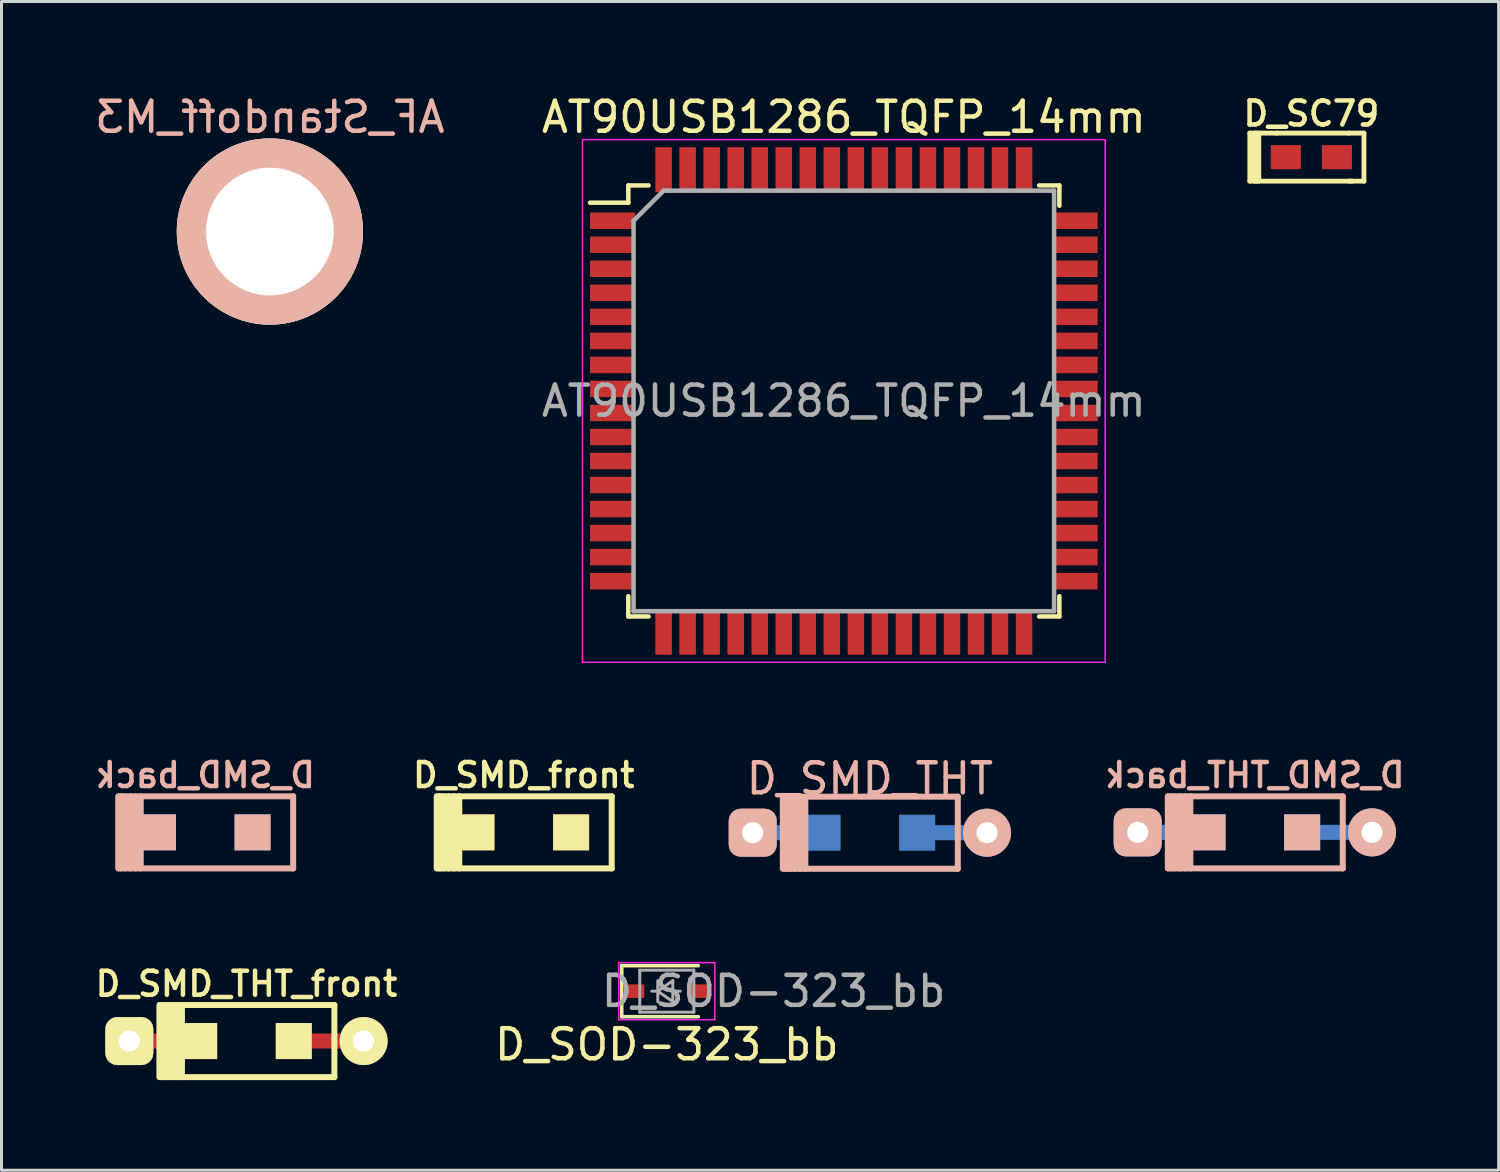
<source format=kicad_pcb>
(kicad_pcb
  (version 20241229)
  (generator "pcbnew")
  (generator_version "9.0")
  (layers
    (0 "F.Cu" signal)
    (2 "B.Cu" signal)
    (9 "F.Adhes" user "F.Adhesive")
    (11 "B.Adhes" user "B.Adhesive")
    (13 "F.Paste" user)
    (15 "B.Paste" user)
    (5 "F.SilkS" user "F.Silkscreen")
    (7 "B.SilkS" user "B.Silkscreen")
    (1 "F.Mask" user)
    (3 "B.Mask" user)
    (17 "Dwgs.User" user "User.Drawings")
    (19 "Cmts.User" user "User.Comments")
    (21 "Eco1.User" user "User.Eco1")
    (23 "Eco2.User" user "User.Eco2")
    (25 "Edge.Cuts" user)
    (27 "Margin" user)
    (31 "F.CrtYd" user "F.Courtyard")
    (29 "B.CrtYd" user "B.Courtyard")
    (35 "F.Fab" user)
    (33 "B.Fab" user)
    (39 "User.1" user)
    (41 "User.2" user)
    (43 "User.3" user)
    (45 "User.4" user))
  (footprint "D_SMD_THT_front"
    (layer "F.Cu")
    (at 5.155 31.608)
    (property "Reference" "D_SMD_THT_front" (at 0 -1.905 0) (layer "F.SilkS") (effects (font (size 0.8 0.8) (thickness 0.15))))
    (property "Value" "${VALUE}" (at 0 1.905 0) (layer "F.Fab") (hide yes) (effects (font (size 0.8 0.8) (thickness 0.15))))
    (attr smd)
    (fp_line (start -2.898 1.2) (end -2.898 -1.2) (stroke (width 0.2) (type solid)) (layer "F.SilkS"))
    (fp_line (start -2.873 -1.2) (end 2.927 -1.2) (stroke (width 0.2) (type solid)) (layer "F.SilkS"))
    (fp_line (start -2.798 -1.2) (end -2.798 1.2) (stroke (width 0.2) (type solid)) (layer "F.SilkS"))
    (fp_line (start -2.673 -1.2) (end -2.673 1.2) (stroke (width 0.2) (type solid)) (layer "F.SilkS"))
    (fp_line (start -2.498 -1.2) (end -2.498 1.2) (stroke (width 0.2) (type solid)) (layer "F.SilkS"))
    (fp_line (start -2.323 -1.2) (end -2.323 1.2) (stroke (width 0.2) (type solid)) (layer "F.SilkS"))
    (fp_line (start -2.148 -1.2) (end -2.148 1.2) (stroke (width 0.2) (type solid)) (layer "F.SilkS"))
    (fp_line (start 2.927 -1.2) (end 2.927 1.2) (stroke (width 0.2) (type solid)) (layer "F.SilkS"))
    (fp_line (start 2.927 1.2) (end -2.873 1.2) (stroke (width 0.2) (type solid)) (layer "F.SilkS"))
    (pad "1" thru_hole roundrect (at -3.9 0) (size 1.6 1.6) (drill 0.7) (layers "*.Cu" "*.Mask" "F.SilkS") (roundrect_rratio 0.25))
    (pad "1" smd rect (at -2.7 0) (size 2.5 0.5) (layers "F.Cu"))
    (pad "1" smd rect (at -1.575 0) (size 1.2 1.2) (layers "F.Cu" "F.Mask" "F.SilkS" "F.Paste"))
    (pad "2" smd rect (at 1.575 0) (size 1.2 1.2) (layers "F.Cu" "F.Mask" "F.SilkS" "F.Paste"))
    (pad "2" smd rect (at 2.7 0) (size 2.5 0.5) (layers "F.Cu"))
    (pad "2" thru_hole circle (at 3.9 0) (size 1.6 1.6) (drill 0.7) (layers "*.Cu" "*.Mask" "F.SilkS")))
  (footprint "AF_Standoff_M3"
    (layer "F.Cu")
    (at 5.935 4.658)
    (property "Reference" "AF_Standoff_M3" (at 0 -3.81 0) (unlocked yes) (layer "B.SilkS") (effects (font (size 1 1) (thickness 0.15)) (justify mirror)))
    (property "Value" "${VALUE}" (at 0 3.81 0) (unlocked yes) (layer "F.Fab") (hide yes) (effects (font (size 1 1) (thickness 0.15))))
    (attr through_hole)
    (pad "" np_thru_hole circle (at 0 0) (size 6.2 6.2) (drill 4.25) (layers "*.SilkS" "B.Cu" "B.Mask")))
  (footprint "D_SMD_THT_back"
    (layer "F.Cu")
    (at 38.725 24.66)
    (property "Reference" "D_SMD_THT_back" (at 0 -1.905 0) (layer "B.SilkS") (effects (font (size 0.8 0.8) (thickness 0.15)) (justify mirror)))
    (property "Value" "${VALUE}" (at 0 1.905 0) (layer "B.Fab") (hide yes) (effects (font (size 0.8 0.8) (thickness 0.15)) (justify mirror)))
    (attr smd)
    (fp_line (start -2.898 -1.2) (end -2.898 1.2) (stroke (width 0.2) (type solid)) (layer "B.SilkS"))
    (fp_line (start -2.873 1.2) (end 2.927 1.2) (stroke (width 0.2) (type solid)) (layer "B.SilkS"))
    (fp_line (start -2.798 1.2) (end -2.798 -1.2) (stroke (width 0.2) (type solid)) (layer "B.SilkS"))
    (fp_line (start -2.673 1.2) (end -2.673 -1.2) (stroke (width 0.2) (type solid)) (layer "B.SilkS"))
    (fp_line (start -2.498 1.2) (end -2.498 -1.2) (stroke (width 0.2) (type solid)) (layer "B.SilkS"))
    (fp_line (start -2.323 1.2) (end -2.323 -1.2) (stroke (width 0.2) (type solid)) (layer "B.SilkS"))
    (fp_line (start -2.148 1.2) (end -2.148 -1.2) (stroke (width 0.2) (type solid)) (layer "B.SilkS"))
    (fp_line (start 2.927 -1.2) (end -2.873 -1.2) (stroke (width 0.2) (type solid)) (layer "B.SilkS"))
    (fp_line (start 2.927 1.2) (end 2.927 -1.2) (stroke (width 0.2) (type solid)) (layer "B.SilkS"))
    (pad "1" smd rect (at 1.575 0) (size 1.2 1.2) (layers "B.Cu" "B.Mask" "B.SilkS" "B.Paste"))
    (pad "1" smd rect (at 2.7 0) (size 2.5 0.5) (layers "B.Cu"))
    (pad "1" thru_hole circle (at 3.9 0) (size 1.6 1.6) (drill 0.7) (layers "*.Cu" "*.Mask" "B.SilkS"))
    (pad "2" thru_hole roundrect (at -3.9 0) (size 1.6 1.6) (drill 0.7) (layers "*.Cu" "*.Mask" "B.SilkS") (roundrect_rratio 0.25))
    (pad "2" smd rect (at -2.7 0) (size 2.5 0.5) (layers "B.Cu"))
    (pad "2" smd rect (at -1.575 0) (size 1.2 1.2) (layers "B.Cu" "B.Mask" "B.SilkS" "B.Paste")))
  (footprint "D_SMD_back"
    (layer "F.Cu")
    (at 3.783 24.66)
    (property "Reference" "D_SMD_back" (at 0 -1.905 0) (layer "B.SilkS") (effects (font (size 0.8 0.8) (thickness 0.15)) (justify mirror)))
    (property "Value" "${VALUE}" (at 0 1.905 0) (layer "B.Fab") (hide yes) (effects (font (size 0.8 0.8) (thickness 0.15)) (justify mirror)))
    (attr smd)
    (fp_line (start -2.898 -1.2) (end -2.898 1.2) (stroke (width 0.2) (type solid)) (layer "B.SilkS"))
    (fp_line (start -2.873 1.2) (end 2.927 1.2) (stroke (width 0.2) (type solid)) (layer "B.SilkS"))
    (fp_line (start -2.798 1.2) (end -2.798 -1.2) (stroke (width 0.2) (type solid)) (layer "B.SilkS"))
    (fp_line (start -2.673 1.2) (end -2.673 -1.2) (stroke (width 0.2) (type solid)) (layer "B.SilkS"))
    (fp_line (start -2.498 1.2) (end -2.498 -1.2) (stroke (width 0.2) (type solid)) (layer "B.SilkS"))
    (fp_line (start -2.323 1.2) (end -2.323 -1.2) (stroke (width 0.2) (type solid)) (layer "B.SilkS"))
    (fp_line (start -2.148 1.2) (end -2.148 -1.2) (stroke (width 0.2) (type solid)) (layer "B.SilkS"))
    (fp_line (start 2.927 -1.2) (end -2.873 -1.2) (stroke (width 0.2) (type solid)) (layer "B.SilkS"))
    (fp_line (start 2.927 1.2) (end 2.927 -1.2) (stroke (width 0.2) (type solid)) (layer "B.SilkS"))
    (pad "1" smd rect (at -1.575 0) (size 1.2 1.2) (layers "B.Cu" "B.Mask" "B.SilkS" "B.Paste"))
    (pad "2" smd rect (at 1.575 0) (size 1.2 1.2) (layers "B.Cu" "B.Mask" "B.SilkS" "B.Paste")))
  (footprint "D_SMD_front"
    (layer "F.Cu")
    (at 14.387 24.66)
    (property "Reference" "D_SMD_front" (at 0 -1.905 0) (layer "F.SilkS") (effects (font (size 0.8 0.8) (thickness 0.15))))
    (attr smd)
    (fp_line (start -2.898 1.2) (end -2.898 -1.2) (stroke (width 0.2) (type solid)) (layer "F.SilkS"))
    (fp_line (start -2.873 -1.2) (end 2.927 -1.2) (stroke (width 0.2) (type solid)) (layer "F.SilkS"))
    (fp_line (start -2.798 -1.2) (end -2.798 1.2) (stroke (width 0.2) (type solid)) (layer "F.SilkS"))
    (fp_line (start -2.673 -1.2) (end -2.673 1.2) (stroke (width 0.2) (type solid)) (layer "F.SilkS"))
    (fp_line (start -2.498 -1.2) (end -2.498 1.2) (stroke (width 0.2) (type solid)) (layer "F.SilkS"))
    (fp_line (start -2.323 -1.2) (end -2.323 1.2) (stroke (width 0.2) (type solid)) (layer "F.SilkS"))
    (fp_line (start -2.148 -1.2) (end -2.148 1.2) (stroke (width 0.2) (type solid)) (layer "F.SilkS"))
    (fp_line (start 2.927 -1.2) (end 2.927 1.2) (stroke (width 0.2) (type solid)) (layer "F.SilkS"))
    (fp_line (start 2.927 1.2) (end -2.873 1.2) (stroke (width 0.2) (type solid)) (layer "F.SilkS"))
    (pad "1" smd rect (at -1.575 0) (size 1.2 1.2) (layers "F.Cu" "F.Mask" "F.SilkS" "F.Paste"))
    (pad "2" smd rect (at 1.575 0) (size 1.2 1.2) (layers "F.Cu" "F.Mask" "F.SilkS" "F.Paste")))
  (footprint "D_SMD_THT"
    (layer "F.Cu")
    (at 25.909 24.672)
    (property "Reference" "D_SMD_THT" (at 0 -1.8 0) (layer "B.SilkS") (effects (font (size 1 1) (thickness 0.15))))
    (attr smd)
    (fp_line (start -2.898 -1.2) (end -2.898 1.2) (stroke (width 0.2) (type solid)) (layer "B.SilkS"))
    (fp_line (start -2.873 1.2) (end 2.927 1.2) (stroke (width 0.2) (type solid)) (layer "B.SilkS"))
    (fp_line (start -2.798 1.2) (end -2.798 -1.2) (stroke (width 0.2) (type solid)) (layer "B.SilkS"))
    (fp_line (start -2.673 1.2) (end -2.673 -1.2) (stroke (width 0.2) (type solid)) (layer "B.SilkS"))
    (fp_line (start -2.498 1.2) (end -2.498 -1.2) (stroke (width 0.2) (type solid)) (layer "B.SilkS"))
    (fp_line (start -2.323 1.2) (end -2.323 -1.2) (stroke (width 0.2) (type solid)) (layer "B.SilkS"))
    (fp_line (start -2.148 1.2) (end -2.148 -1.2) (stroke (width 0.2) (type solid)) (layer "B.SilkS"))
    (fp_line (start 2.927 -1.2) (end -2.873 -1.2) (stroke (width 0.2) (type solid)) (layer "B.SilkS"))
    (fp_line (start 2.927 1.2) (end 2.927 -1.2) (stroke (width 0.2) (type solid)) (layer "B.SilkS"))
    (pad "1" thru_hole roundrect (at -3.9 0) (size 1.6 1.6) (drill 0.7) (layers "*.Cu" "*.Mask" "B.SilkS") (roundrect_rratio 0.25))
    (pad "1" smd rect (at -2.7 0) (size 2.5 0.5) (layers "B.Cu"))
    (pad "1" smd rect (at -1.575 0) (size 1.2 1.2) (layers "B.Cu" "B.Mask" "B.Paste"))
    (pad "2" smd rect (at 1.575 0) (size 1.2 1.2) (layers "B.Cu" "B.Mask" "B.Paste"))
    (pad "2" smd rect (at 2.7 0) (size 2.5 0.5) (layers "B.Cu"))
    (pad "2" thru_hole circle (at 3.9 0) (size 1.6 1.6) (drill 0.7) (layers "*.Cu" "*.Mask" "B.SilkS")))
  (footprint "D_SOD-323_bb"
    (layer "F.Cu")
    (at 19.148 29.947)
    (property "Reference" "D_SOD-323_bb" (at 0 1.778 0) (layer "F.SilkS") (effects (font (size 1 1) (thickness 0.15))))
    (attr smd)
    (fp_line (start -1.5 -0.85) (end -1.5 0.85) (stroke (width 0.12) (type solid)) (layer "F.SilkS"))
    (fp_line (start -1.5 -0.85) (end 1.05 -0.85) (stroke (width 0.12) (type solid)) (layer "F.SilkS"))
    (fp_line (start -1.5 0.85) (end 1.05 0.85) (stroke (width 0.12) (type solid)) (layer "F.SilkS"))
    (fp_line (start -1.6 -0.95) (end -1.6 0.95) (stroke (width 0.05) (type solid)) (layer "F.CrtYd"))
    (fp_line (start -1.6 -0.95) (end 1.6 -0.95) (stroke (width 0.05) (type solid)) (layer "F.CrtYd"))
    (fp_line (start -1.6 0.95) (end 1.6 0.95) (stroke (width 0.05) (type solid)) (layer "F.CrtYd"))
    (fp_line (start 1.6 -0.95) (end 1.6 0.95) (stroke (width 0.05) (type solid)) (layer "F.CrtYd"))
    (fp_line (start -0.9 -0.7) (end 0.9 -0.7) (stroke (width 0.1) (type solid)) (layer "F.Fab"))
    (fp_line (start -0.9 0.7) (end -0.9 -0.7) (stroke (width 0.1) (type solid)) (layer "F.Fab"))
    (fp_line (start -0.3 -0.35) (end -0.3 0.35) (stroke (width 0.1) (type solid)) (layer "F.Fab"))
    (fp_line (start -0.3 0) (end -0.5 0) (stroke (width 0.1) (type solid)) (layer "F.Fab"))
    (fp_line (start -0.3 0) (end 0.2 -0.35) (stroke (width 0.1) (type solid)) (layer "F.Fab"))
    (fp_line (start 0.2 -0.35) (end 0.2 0.35) (stroke (width 0.1) (type solid)) (layer "F.Fab"))
    (fp_line (start 0.2 0) (end 0.45 0) (stroke (width 0.1) (type solid)) (layer "F.Fab"))
    (fp_line (start 0.2 0.35) (end -0.3 0) (stroke (width 0.1) (type solid)) (layer "F.Fab"))
    (fp_line (start 0.9 -0.7) (end 0.9 0.7) (stroke (width 0.1) (type solid)) (layer "F.Fab"))
    (fp_line (start 0.9 0.7) (end -0.9 0.7) (stroke (width 0.1) (type solid)) (layer "F.Fab"))
    (fp_text user "${REFERENCE}" (at 3.556 0 0) (layer "F.Fab") (effects (font (size 1 1) (thickness 0.15))))
    (pad "1" smd rect (at -1.05 0) (size 0.6 0.45) (layers "F.Cu" "F.Mask" "F.Paste"))
    (pad "2" smd rect (at 1.05 0) (size 0.6 0.45) (layers "F.Cu" "F.Mask" "F.Paste")))
  (footprint "AT90USB1286_TQFP_14mm"
    (layer "F.Cu")
    (at 25.042 10.298)
    (property "Reference" "AT90USB1286_TQFP_14mm" (at 0 -9.45 0) (layer "F.SilkS") (effects (font (size 1 1) (thickness 0.15))))
    (attr smd)
    (fp_line (start -7.175 -7.175) (end -7.175 -6.6) (stroke (width 0.15) (type solid)) (layer "F.SilkS"))
    (fp_line (start -7.175 -7.175) (end -6.5 -7.175) (stroke (width 0.15) (type solid)) (layer "F.SilkS"))
    (fp_line (start -7.175 -6.6) (end -8.45 -6.6) (stroke (width 0.15) (type solid)) (layer "F.SilkS"))
    (fp_line (start -7.175 7.175) (end -7.175 6.5) (stroke (width 0.15) (type solid)) (layer "F.SilkS"))
    (fp_line (start -7.175 7.175) (end -6.5 7.175) (stroke (width 0.15) (type solid)) (layer "F.SilkS"))
    (fp_line (start 7.175 -7.175) (end 6.5 -7.175) (stroke (width 0.15) (type solid)) (layer "F.SilkS"))
    (fp_line (start 7.175 -7.175) (end 7.175 -6.5) (stroke (width 0.15) (type solid)) (layer "F.SilkS"))
    (fp_line (start 7.175 7.175) (end 6.5 7.175) (stroke (width 0.15) (type solid)) (layer "F.SilkS"))
    (fp_line (start 7.175 7.175) (end 7.175 6.5) (stroke (width 0.15) (type solid)) (layer "F.SilkS"))
    (fp_line (start -8.7 -8.7) (end -8.7 8.7) (stroke (width 0.05) (type solid)) (layer "F.CrtYd"))
    (fp_line (start -8.7 -8.7) (end 8.7 -8.7) (stroke (width 0.05) (type solid)) (layer "F.CrtYd"))
    (fp_line (start -8.7 8.7) (end 8.7 8.7) (stroke (width 0.05) (type solid)) (layer "F.CrtYd"))
    (fp_line (start 8.7 -8.7) (end 8.7 8.7) (stroke (width 0.05) (type solid)) (layer "F.CrtYd"))
    (fp_line (start -7 -6) (end -6 -7) (stroke (width 0.15) (type solid)) (layer "F.Fab"))
    (fp_line (start -7 7) (end -7 -6) (stroke (width 0.15) (type solid)) (layer "F.Fab"))
    (fp_line (start -6 -7) (end 7 -7) (stroke (width 0.15) (type solid)) (layer "F.Fab"))
    (fp_line (start 7 -7) (end 7 7) (stroke (width 0.15) (type solid)) (layer "F.Fab"))
    (fp_line (start 7 7) (end -7 7) (stroke (width 0.15) (type solid)) (layer "F.Fab"))
    (fp_text user "${REFERENCE}" (at 0 0 0) (layer "F.Fab") (effects (font (size 1 1) (thickness 0.15))))
    (pad "1" smd rect (at -7.7 -6) (size 1.5 0.55) (layers "F.Cu" "F.Mask" "F.Paste"))
    (pad "2" smd rect (at -7.7 -5.2) (size 1.5 0.55) (layers "F.Cu" "F.Mask" "F.Paste"))
    (pad "3" smd rect (at -7.7 -4.4) (size 1.5 0.55) (layers "F.Cu" "F.Mask" "F.Paste"))
    (pad "4" smd rect (at -7.7 -3.6) (size 1.5 0.55) (layers "F.Cu" "F.Mask" "F.Paste"))
    (pad "5" smd rect (at -7.7 -2.8) (size 1.5 0.55) (layers "F.Cu" "F.Mask" "F.Paste"))
    (pad "6" smd rect (at -7.7 -2) (size 1.5 0.55) (layers "F.Cu" "F.Mask" "F.Paste"))
    (pad "7" smd rect (at -7.7 -1.2) (size 1.5 0.55) (layers "F.Cu" "F.Mask" "F.Paste"))
    (pad "8" smd rect (at -7.7 -0.4) (size 1.5 0.55) (layers "F.Cu" "F.Mask" "F.Paste"))
    (pad "9" smd rect (at -7.7 0.4) (size 1.5 0.55) (layers "F.Cu" "F.Mask" "F.Paste"))
    (pad "10" smd rect (at -7.7 1.2) (size 1.5 0.55) (layers "F.Cu" "F.Mask" "F.Paste"))
    (pad "11" smd rect (at -7.7 2) (size 1.5 0.55) (layers "F.Cu" "F.Mask" "F.Paste"))
    (pad "12" smd rect (at -7.7 2.8) (size 1.5 0.55) (layers "F.Cu" "F.Mask" "F.Paste"))
    (pad "13" smd rect (at -7.7 3.6) (size 1.5 0.55) (layers "F.Cu" "F.Mask" "F.Paste"))
    (pad "14" smd rect (at -7.7 4.4) (size 1.5 0.55) (layers "F.Cu" "F.Mask" "F.Paste"))
    (pad "15" smd rect (at -7.7 5.2) (size 1.5 0.55) (layers "F.Cu" "F.Mask" "F.Paste"))
    (pad "16" smd rect (at -7.7 6) (size 1.5 0.55) (layers "F.Cu" "F.Mask" "F.Paste"))
    (pad "17" smd rect (at -6 7.7 90) (size 1.5 0.55) (layers "F.Cu" "F.Mask" "F.Paste"))
    (pad "18" smd rect (at -5.2 7.7 90) (size 1.5 0.55) (layers "F.Cu" "F.Mask" "F.Paste"))
    (pad "19" smd rect (at -4.4 7.7 90) (size 1.5 0.55) (layers "F.Cu" "F.Mask" "F.Paste"))
    (pad "20" smd rect (at -3.6 7.7 90) (size 1.5 0.55) (layers "F.Cu" "F.Mask" "F.Paste"))
    (pad "21" smd rect (at -2.8 7.7 90) (size 1.5 0.55) (layers "F.Cu" "F.Mask" "F.Paste"))
    (pad "22" smd rect (at -2 7.7 90) (size 1.5 0.55) (layers "F.Cu" "F.Mask" "F.Paste"))
    (pad "23" smd rect (at -1.2 7.7 90) (size 1.5 0.55) (layers "F.Cu" "F.Mask" "F.Paste"))
    (pad "24" smd rect (at -0.4 7.7 90) (size 1.5 0.55) (layers "F.Cu" "F.Mask" "F.Paste"))
    (pad "25" smd rect (at 0.4 7.7 90) (size 1.5 0.55) (layers "F.Cu" "F.Mask" "F.Paste"))
    (pad "26" smd rect (at 1.2 7.7 90) (size 1.5 0.55) (layers "F.Cu" "F.Mask" "F.Paste"))
    (pad "27" smd rect (at 2 7.7 90) (size 1.5 0.55) (layers "F.Cu" "F.Mask" "F.Paste"))
    (pad "28" smd rect (at 2.8 7.7 90) (size 1.5 0.55) (layers "F.Cu" "F.Mask" "F.Paste"))
    (pad "29" smd rect (at 3.6 7.7 90) (size 1.5 0.55) (layers "F.Cu" "F.Mask" "F.Paste"))
    (pad "30" smd rect (at 4.4 7.7 90) (size 1.5 0.55) (layers "F.Cu" "F.Mask" "F.Paste"))
    (pad "31" smd rect (at 5.2 7.7 90) (size 1.5 0.55) (layers "F.Cu" "F.Mask" "F.Paste"))
    (pad "32" smd rect (at 6 7.7 90) (size 1.5 0.55) (layers "F.Cu" "F.Mask" "F.Paste"))
    (pad "33" smd rect (at 7.7 6) (size 1.5 0.55) (layers "F.Cu" "F.Mask" "F.Paste"))
    (pad "34" smd rect (at 7.7 5.2) (size 1.5 0.55) (layers "F.Cu" "F.Mask" "F.Paste"))
    (pad "35" smd rect (at 7.7 4.4) (size 1.5 0.55) (layers "F.Cu" "F.Mask" "F.Paste"))
    (pad "36" smd rect (at 7.7 3.6) (size 1.5 0.55) (layers "F.Cu" "F.Mask" "F.Paste"))
    (pad "37" smd rect (at 7.7 2.8) (size 1.5 0.55) (layers "F.Cu" "F.Mask" "F.Paste"))
    (pad "38" smd rect (at 7.7 2) (size 1.5 0.55) (layers "F.Cu" "F.Mask" "F.Paste"))
    (pad "39" smd rect (at 7.7 1.2) (size 1.5 0.55) (layers "F.Cu" "F.Mask" "F.Paste"))
    (pad "40" smd rect (at 7.7 0.4) (size 1.5 0.55) (layers "F.Cu" "F.Mask" "F.Paste"))
    (pad "41" smd rect (at 7.7 -0.4) (size 1.5 0.55) (layers "F.Cu" "F.Mask" "F.Paste"))
    (pad "42" smd rect (at 7.7 -1.2) (size 1.5 0.55) (layers "F.Cu" "F.Mask" "F.Paste"))
    (pad "43" smd rect (at 7.7 -2) (size 1.5 0.55) (layers "F.Cu" "F.Mask" "F.Paste"))
    (pad "44" smd rect (at 7.7 -2.8) (size 1.5 0.55) (layers "F.Cu" "F.Mask" "F.Paste"))
    (pad "45" smd rect (at 7.7 -3.6) (size 1.5 0.55) (layers "F.Cu" "F.Mask" "F.Paste"))
    (pad "46" smd rect (at 7.7 -4.4) (size 1.5 0.55) (layers "F.Cu" "F.Mask" "F.Paste"))
    (pad "47" smd rect (at 7.7 -5.2) (size 1.5 0.55) (layers "F.Cu" "F.Mask" "F.Paste"))
    (pad "48" smd rect (at 7.7 -6) (size 1.5 0.55) (layers "F.Cu" "F.Mask" "F.Paste"))
    (pad "49" smd rect (at 6 -7.7 90) (size 1.5 0.55) (layers "F.Cu" "F.Mask" "F.Paste"))
    (pad "50" smd rect (at 5.2 -7.7 90) (size 1.5 0.55) (layers "F.Cu" "F.Mask" "F.Paste"))
    (pad "51" smd rect (at 4.4 -7.7 90) (size 1.5 0.55) (layers "F.Cu" "F.Mask" "F.Paste"))
    (pad "52" smd rect (at 3.6 -7.7 90) (size 1.5 0.55) (layers "F.Cu" "F.Mask" "F.Paste"))
    (pad "53" smd rect (at 2.8 -7.7 90) (size 1.5 0.55) (layers "F.Cu" "F.Mask" "F.Paste"))
    (pad "54" smd rect (at 2 -7.7 90) (size 1.5 0.55) (layers "F.Cu" "F.Mask" "F.Paste"))
    (pad "55" smd rect (at 1.2 -7.7 90) (size 1.5 0.55) (layers "F.Cu" "F.Mask" "F.Paste"))
    (pad "56" smd rect (at 0.4 -7.7 90) (size 1.5 0.55) (layers "F.Cu" "F.Mask" "F.Paste"))
    (pad "57" smd rect (at -0.4 -7.7 90) (size 1.5 0.55) (layers "F.Cu" "F.Mask" "F.Paste"))
    (pad "58" smd rect (at -1.2 -7.7 90) (size 1.5 0.55) (layers "F.Cu" "F.Mask" "F.Paste"))
    (pad "59" smd rect (at -2 -7.7 90) (size 1.5 0.55) (layers "F.Cu" "F.Mask" "F.Paste"))
    (pad "60" smd rect (at -2.8 -7.7 90) (size 1.5 0.55) (layers "F.Cu" "F.Mask" "F.Paste"))
    (pad "61" smd rect (at -3.6 -7.7 90) (size 1.5 0.55) (layers "F.Cu" "F.Mask" "F.Paste"))
    (pad "62" smd rect (at -4.4 -7.7 90) (size 1.5 0.55) (layers "F.Cu" "F.Mask" "F.Paste"))
    (pad "63" smd rect (at -5.2 -7.7 90) (size 1.5 0.55) (layers "F.Cu" "F.Mask" "F.Paste"))
    (pad "64" smd rect (at -6 -7.7 90) (size 1.5 0.55) (layers "F.Cu" "F.Mask" "F.Paste")))
  (footprint "D_SC79"
    (layer "F.Cu")
    (at 40.607 2.181)
    (property "Reference" "D_SC79" (at 0 -1.45 0) (layer "F.SilkS") (effects (font (size 0.8 0.8) (thickness 0.15))))
    (property "Value" "${VALUE}" (at 0 1.45 0) (layer "F.Fab") (hide yes) (effects (font (size 0.8 0.8) (thickness 0.15))))
    (attr through_hole)
    (fp_line (start -2.05 -0.8) (end -2.05 0.8) (stroke (width 0.16) (type solid)) (layer "F.SilkS"))
    (fp_line (start -2.05 0.8) (end 1.35 0.8) (stroke (width 0.16) (type solid)) (layer "F.SilkS"))
    (fp_line (start -1.9 -0.8) (end -1.9 0.8) (stroke (width 0.16) (type solid)) (layer "F.SilkS"))
    (fp_line (start -1.85 -0.8) (end -1.85 0.8) (stroke (width 0.16) (type solid)) (layer "F.SilkS"))
    (fp_line (start -1.8 -0.8) (end -1.8 0.8) (stroke (width 0.16) (type solid)) (layer "F.SilkS"))
    (fp_line (start -1.75 -0.8) (end -1.75 0.8) (stroke (width 0.16) (type solid)) (layer "F.SilkS"))
    (fp_line (start -1.15 -0.8) (end -2.05 -0.8) (stroke (width 0.16) (type solid)) (layer "F.SilkS"))
    (fp_line (start 1.25 -0.8) (end -1.15 -0.8) (stroke (width 0.16) (type solid)) (layer "F.SilkS"))
    (fp_line (start 1.25 -0.8) (end 1.75 -0.8) (stroke (width 0.16) (type solid)) (layer "F.SilkS"))
    (fp_line (start 1.25 0.8) (end 1.75 0.8) (stroke (width 0.16) (type solid)) (layer "F.SilkS"))
    (fp_line (start 1.75 -0.8) (end 1.75 0.8) (stroke (width 0.16) (type solid)) (layer "F.SilkS"))
    (pad "1" smd rect (at -0.85 0) (size 1 0.8) (layers "F.Cu" "F.Mask" "F.Paste"))
    (pad "2" smd rect (at 0.85 0) (size 1 0.8) (layers "F.Cu" "F.Mask" "F.Paste")))
  (gr_rect
    (start -3 -3)
    (end 46.841 35.908)
    (stroke (width 0.1) (type default))
    (fill no)
    (layer "Edge.Cuts")))
</source>
